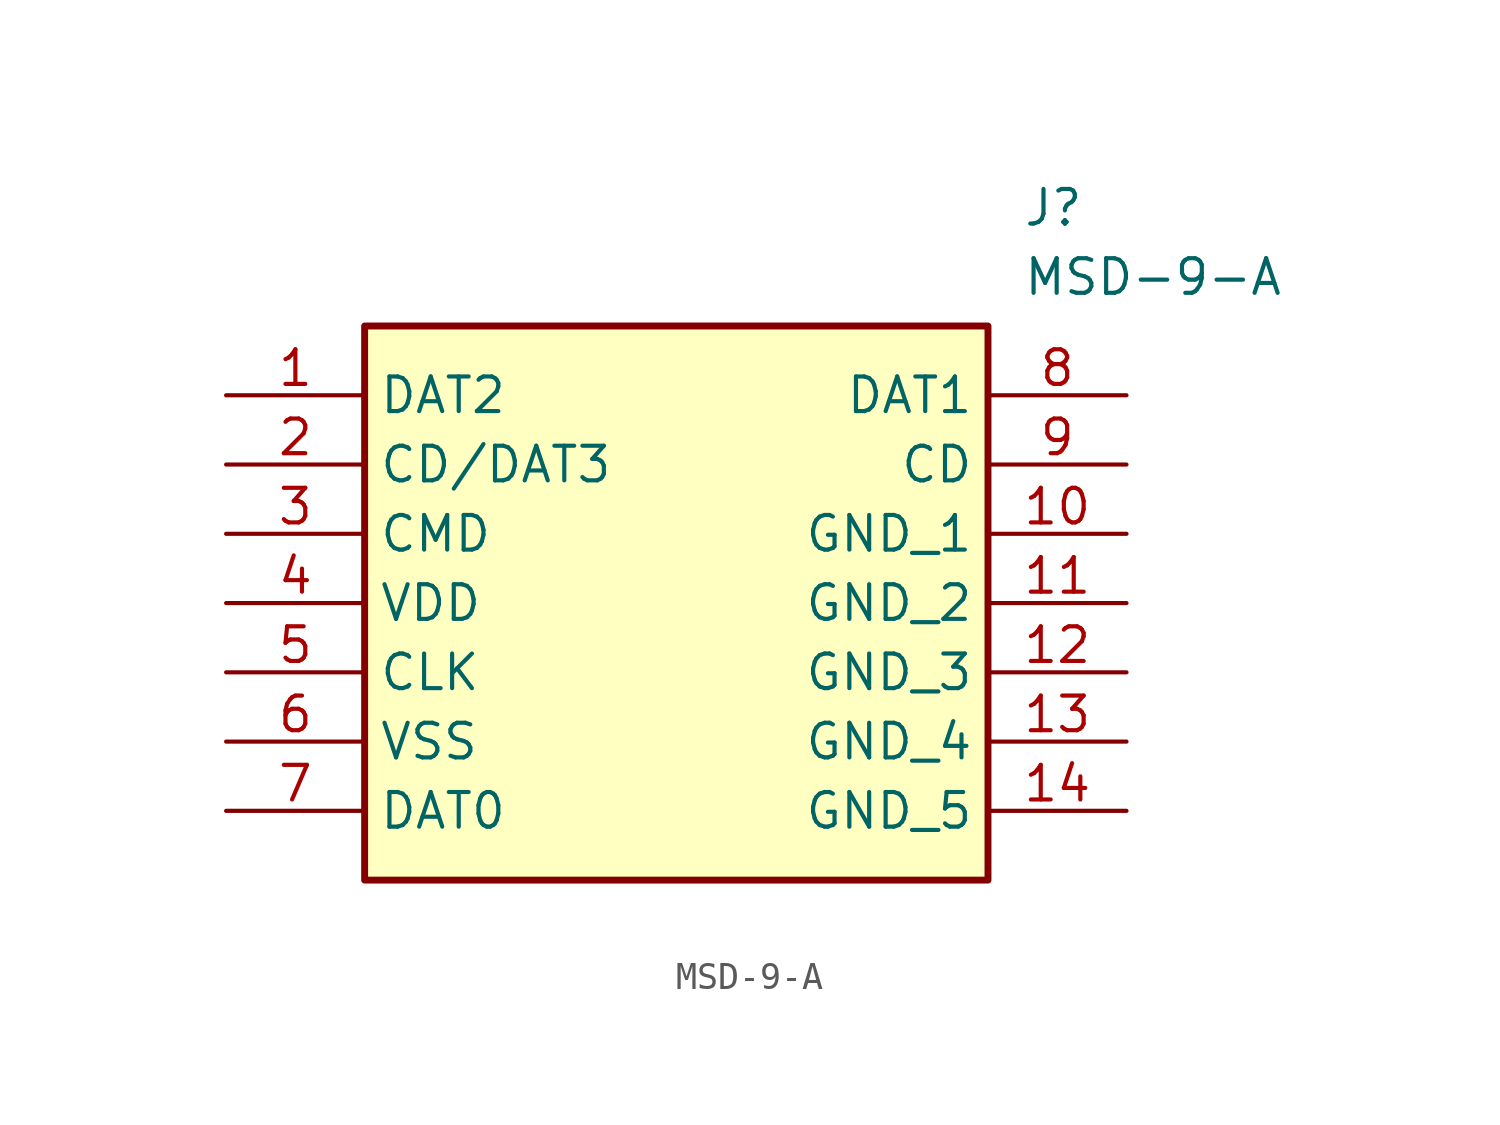
<source format=kicad_sym>
(kicad_symbol_lib
  (version 20211014)
  (generator SamacSys_ECAD_Model)
  (symbol "MSD-9-A"
    (property "Reference" "J"
      (at 29.21 7.62 0)
      (effects (font (size 1.27 1.27)) (justify left top)))
    (property "Value" "MSD-9-A"
      (at 29.21 5.08 0)
      (effects (font (size 1.27 1.27)) (justify left top)))
    (rectangle
      (start 5.08 2.54)
      (end 27.94 -17.78)
      (stroke (width 0.254) (type default))
      (fill (type background)))
    (pin passive line
      (at 0 0 0)
      (length 5.08)
      (name "DAT2" (effects (font (size 1.27 1.27))))
      (number "1" (effects (font (size 1.27 1.27)))))
    (pin passive line
      (at 0 -2.54 0)
      (length 5.08)
      (name "CD/DAT3" (effects (font (size 1.27 1.27))))
      (number "2" (effects (font (size 1.27 1.27)))))
    (pin passive line
      (at 0 -5.08 0)
      (length 5.08)
      (name "CMD" (effects (font (size 1.27 1.27))))
      (number "3" (effects (font (size 1.27 1.27)))))
    (pin passive line
      (at 0 -7.62 0)
      (length 5.08)
      (name "VDD" (effects (font (size 1.27 1.27))))
      (number "4" (effects (font (size 1.27 1.27)))))
    (pin passive line
      (at 0 -10.16 0)
      (length 5.08)
      (name "CLK" (effects (font (size 1.27 1.27))))
      (number "5" (effects (font (size 1.27 1.27)))))
    (pin passive line
      (at 0 -12.7 0)
      (length 5.08)
      (name "VSS" (effects (font (size 1.27 1.27))))
      (number "6" (effects (font (size 1.27 1.27)))))
    (pin passive line
      (at 0 -15.24 0)
      (length 5.08)
      (name "DAT0" (effects (font (size 1.27 1.27))))
      (number "7" (effects (font (size 1.27 1.27)))))
    (pin passive line
      (at 33.02 0 180)
      (length 5.08)
      (name "DAT1" (effects (font (size 1.27 1.27))))
      (number "8" (effects (font (size 1.27 1.27)))))
    (pin passive line
      (at 33.02 -2.54 180)
      (length 5.08)
      (name "CD" (effects (font (size 1.27 1.27))))
      (number "9" (effects (font (size 1.27 1.27)))))
    (pin passive line
      (at 33.02 -5.08 180)
      (length 5.08)
      (name "GND_1" (effects (font (size 1.27 1.27))))
      (number "10" (effects (font (size 1.27 1.27)))))
    (pin passive line
      (at 33.02 -7.62 180)
      (length 5.08)
      (name "GND_2" (effects (font (size 1.27 1.27))))
      (number "11" (effects (font (size 1.27 1.27)))))
    (pin passive line
      (at 33.02 -10.16 180)
      (length 5.08)
      (name "GND_3" (effects (font (size 1.27 1.27))))
      (number "12" (effects (font (size 1.27 1.27)))))
    (pin passive line
      (at 33.02 -12.7 180)
      (length 5.08)
      (name "GND_4" (effects (font (size 1.27 1.27))))
      (number "13" (effects (font (size 1.27 1.27)))))
    (pin passive line
      (at 33.02 -15.24 180)
      (length 5.08)
      (name "GND_5" (effects (font (size 1.27 1.27))))
      (number "14" (effects (font (size 1.27 1.27)))))))
</source>
